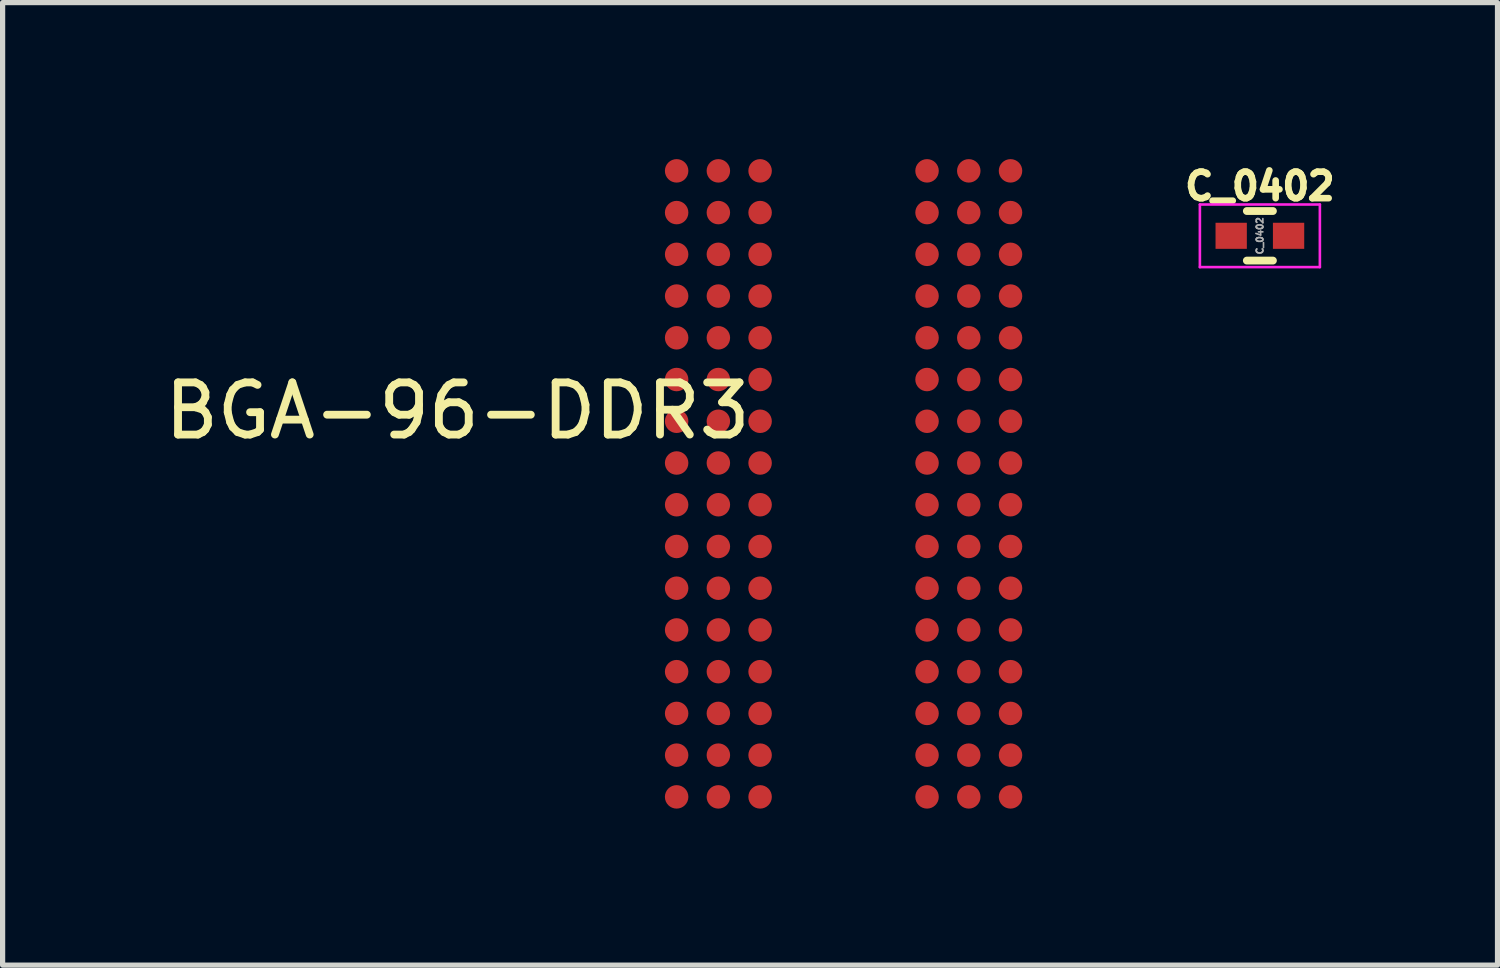
<source format=kicad_pcb>
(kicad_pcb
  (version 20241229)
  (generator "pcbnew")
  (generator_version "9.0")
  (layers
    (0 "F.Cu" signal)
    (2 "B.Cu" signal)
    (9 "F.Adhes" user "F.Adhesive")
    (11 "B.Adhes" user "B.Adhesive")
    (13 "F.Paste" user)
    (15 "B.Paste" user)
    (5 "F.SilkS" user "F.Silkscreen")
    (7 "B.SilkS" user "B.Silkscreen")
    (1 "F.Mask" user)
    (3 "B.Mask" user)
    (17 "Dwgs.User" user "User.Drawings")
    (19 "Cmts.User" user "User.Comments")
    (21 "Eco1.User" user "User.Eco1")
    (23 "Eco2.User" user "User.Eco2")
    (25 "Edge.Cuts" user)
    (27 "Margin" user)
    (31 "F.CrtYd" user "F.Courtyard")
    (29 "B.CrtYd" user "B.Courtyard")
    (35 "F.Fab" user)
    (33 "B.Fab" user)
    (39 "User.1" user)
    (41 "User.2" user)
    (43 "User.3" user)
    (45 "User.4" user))
  (footprint "C_0402"
    (layer "F.Cu")
    (at 21.1 1.47)
    (property "Reference" "C_0402" (at 0 -0.95 0) (layer "F.SilkS") (effects (font (size 0.508 0.508) (thickness 0.127))))
    (attr smd)
    (fp_line (start -0.25 0.475) (end 0.25 0.475) (stroke (width 0.15) (type solid)) (layer "F.SilkS"))
    (fp_line (start 0.25 -0.475) (end -0.25 -0.475) (stroke (width 0.15) (type solid)) (layer "F.SilkS"))
    (fp_line (start -1.15 -0.6) (end -1.15 0.6) (stroke (width 0.05) (type solid)) (layer "F.CrtYd"))
    (fp_line (start -1.15 -0.6) (end 1.15 -0.6) (stroke (width 0.05) (type solid)) (layer "F.CrtYd"))
    (fp_line (start -1.15 0.6) (end 1.15 0.6) (stroke (width 0.05) (type solid)) (layer "F.CrtYd"))
    (fp_line (start 1.15 -0.6) (end 1.15 0.6) (stroke (width 0.05) (type solid)) (layer "F.CrtYd"))
    (fp_text user "${REFERENCE}" (at 0 0 90) (layer "F.Fab") (effects (font (size 0.127 0.127) (thickness 0.032))))
    (pad "1" smd rect (at -0.55 0) (size 0.6 0.5) (layers "F.Cu" "F.Mask" "F.Paste"))
    (pad "2" smd rect (at 0.55 0) (size 0.6 0.5) (layers "F.Cu" "F.Mask" "F.Paste")))
  (footprint "BGA-96-DDR3"
    (layer "F.Cu")
    (at 13.12 6.225)
    (property "Reference" "BGA-96-DDR3" (at -7.4 -1.4 0) (layer "F.SilkS") (effects (font (size 1 1) (thickness 0.15))))
    (attr through_hole)
    (pad "A1" smd circle (at -3.2 -6) (size 0.45 0.45) (layers "F.Cu" "F.Mask" "F.Paste"))
    (pad "A2" smd circle (at -2.4 -6) (size 0.45 0.45) (layers "F.Cu" "F.Mask" "F.Paste"))
    (pad "A3" smd circle (at -1.6 -6) (size 0.45 0.45) (layers "F.Cu" "F.Mask" "F.Paste"))
    (pad "A7" smd circle (at 1.6 -6) (size 0.45 0.45) (layers "F.Cu" "F.Mask" "F.Paste"))
    (pad "A8" smd circle (at 2.4 -6) (size 0.45 0.45) (layers "F.Cu" "F.Mask" "F.Paste"))
    (pad "A9" smd circle (at 3.2 -6) (size 0.45 0.45) (layers "F.Cu" "F.Mask" "F.Paste"))
    (pad "B1" smd circle (at -3.2 -5.2) (size 0.45 0.45) (layers "F.Cu" "F.Mask" "F.Paste"))
    (pad "B2" smd circle (at -2.4 -5.2) (size 0.45 0.45) (layers "F.Cu" "F.Mask" "F.Paste"))
    (pad "B3" smd circle (at -1.6 -5.2) (size 0.45 0.45) (layers "F.Cu" "F.Mask" "F.Paste"))
    (pad "B7" smd circle (at 1.6 -5.2) (size 0.45 0.45) (layers "F.Cu" "F.Mask" "F.Paste"))
    (pad "B8" smd circle (at 2.4 -5.2) (size 0.45 0.45) (layers "F.Cu" "F.Mask" "F.Paste"))
    (pad "B9" smd circle (at 3.2 -5.2) (size 0.45 0.45) (layers "F.Cu" "F.Mask" "F.Paste"))
    (pad "C1" smd circle (at -3.2 -4.4) (size 0.45 0.45) (layers "F.Cu" "F.Mask" "F.Paste"))
    (pad "C2" smd circle (at -2.4 -4.4) (size 0.45 0.45) (layers "F.Cu" "F.Mask" "F.Paste"))
    (pad "C3" smd circle (at -1.6 -4.4) (size 0.45 0.45) (layers "F.Cu" "F.Mask" "F.Paste"))
    (pad "C7" smd circle (at 1.6 -4.4) (size 0.45 0.45) (layers "F.Cu" "F.Mask" "F.Paste"))
    (pad "C8" smd circle (at 2.4 -4.4) (size 0.45 0.45) (layers "F.Cu" "F.Mask" "F.Paste"))
    (pad "C9" smd circle (at 3.2 -4.4) (size 0.45 0.45) (layers "F.Cu" "F.Mask" "F.Paste"))
    (pad "D1" smd circle (at -3.2 -3.6) (size 0.45 0.45) (layers "F.Cu" "F.Mask" "F.Paste"))
    (pad "D2" smd circle (at -2.4 -3.6) (size 0.45 0.45) (layers "F.Cu" "F.Mask" "F.Paste"))
    (pad "D3" smd circle (at -1.6 -3.6) (size 0.45 0.45) (layers "F.Cu" "F.Mask" "F.Paste"))
    (pad "D7" smd circle (at 1.6 -3.6) (size 0.45 0.45) (layers "F.Cu" "F.Mask" "F.Paste"))
    (pad "D8" smd circle (at 2.4 -3.6) (size 0.45 0.45) (layers "F.Cu" "F.Mask" "F.Paste"))
    (pad "D9" smd circle (at 3.2 -3.6) (size 0.45 0.45) (layers "F.Cu" "F.Mask" "F.Paste"))
    (pad "E1" smd circle (at -3.2 -2.8) (size 0.45 0.45) (layers "F.Cu" "F.Mask" "F.Paste"))
    (pad "E2" smd circle (at -2.4 -2.8) (size 0.45 0.45) (layers "F.Cu" "F.Mask" "F.Paste"))
    (pad "E3" smd circle (at -1.6 -2.8) (size 0.45 0.45) (layers "F.Cu" "F.Mask" "F.Paste"))
    (pad "E7" smd circle (at 1.6 -2.8) (size 0.45 0.45) (layers "F.Cu" "F.Mask" "F.Paste"))
    (pad "E8" smd circle (at 2.4 -2.8) (size 0.45 0.45) (layers "F.Cu" "F.Mask" "F.Paste"))
    (pad "E9" smd circle (at 3.2 -2.8) (size 0.45 0.45) (layers "F.Cu" "F.Mask" "F.Paste"))
    (pad "F1" smd circle (at -3.2 -2) (size 0.45 0.45) (layers "F.Cu" "F.Mask" "F.Paste"))
    (pad "F2" smd circle (at -2.4 -2) (size 0.45 0.45) (layers "F.Cu" "F.Mask" "F.Paste"))
    (pad "F3" smd circle (at -1.6 -2) (size 0.45 0.45) (layers "F.Cu" "F.Mask" "F.Paste"))
    (pad "F7" smd circle (at 1.6 -2) (size 0.45 0.45) (layers "F.Cu" "F.Mask" "F.Paste"))
    (pad "F8" smd circle (at 2.4 -2) (size 0.45 0.45) (layers "F.Cu" "F.Mask" "F.Paste"))
    (pad "F9" smd circle (at 3.2 -2) (size 0.45 0.45) (layers "F.Cu" "F.Mask" "F.Paste"))
    (pad "G1" smd circle (at -3.2 -1.2) (size 0.45 0.45) (layers "F.Cu" "F.Mask" "F.Paste"))
    (pad "G2" smd circle (at -2.4 -1.2) (size 0.45 0.45) (layers "F.Cu" "F.Mask" "F.Paste"))
    (pad "G3" smd circle (at -1.6 -1.2) (size 0.45 0.45) (layers "F.Cu" "F.Mask" "F.Paste"))
    (pad "G7" smd circle (at 1.6 -1.2) (size 0.45 0.45) (layers "F.Cu" "F.Mask" "F.Paste"))
    (pad "G8" smd circle (at 2.4 -1.2) (size 0.45 0.45) (layers "F.Cu" "F.Mask" "F.Paste"))
    (pad "G9" smd circle (at 3.2 -1.2) (size 0.45 0.45) (layers "F.Cu" "F.Mask" "F.Paste"))
    (pad "H1" smd circle (at -3.2 -0.4) (size 0.45 0.45) (layers "F.Cu" "F.Mask" "F.Paste"))
    (pad "H2" smd circle (at -2.4 -0.4) (size 0.45 0.45) (layers "F.Cu" "F.Mask" "F.Paste"))
    (pad "H3" smd circle (at -1.6 -0.4) (size 0.45 0.45) (layers "F.Cu" "F.Mask" "F.Paste"))
    (pad "H7" smd circle (at 1.6 -0.4) (size 0.45 0.45) (layers "F.Cu" "F.Mask" "F.Paste"))
    (pad "H8" smd circle (at 2.4 -0.4) (size 0.45 0.45) (layers "F.Cu" "F.Mask" "F.Paste"))
    (pad "H9" smd circle (at 3.2 -0.4) (size 0.45 0.45) (layers "F.Cu" "F.Mask" "F.Paste"))
    (pad "J1" smd circle (at -3.2 0.4) (size 0.45 0.45) (layers "F.Cu" "F.Mask" "F.Paste"))
    (pad "J2" smd circle (at -2.4 0.4) (size 0.45 0.45) (layers "F.Cu" "F.Mask" "F.Paste"))
    (pad "J3" smd circle (at -1.6 0.4) (size 0.45 0.45) (layers "F.Cu" "F.Mask" "F.Paste"))
    (pad "J7" smd circle (at 1.6 0.4) (size 0.45 0.45) (layers "F.Cu" "F.Mask" "F.Paste"))
    (pad "J8" smd circle (at 2.4 0.4) (size 0.45 0.45) (layers "F.Cu" "F.Mask" "F.Paste"))
    (pad "J9" smd circle (at 3.2 0.4) (size 0.45 0.45) (layers "F.Cu" "F.Mask" "F.Paste"))
    (pad "K1" smd circle (at -3.2 1.2) (size 0.45 0.45) (layers "F.Cu" "F.Mask" "F.Paste"))
    (pad "K2" smd circle (at -2.4 1.2) (size 0.45 0.45) (layers "F.Cu" "F.Mask" "F.Paste"))
    (pad "K3" smd circle (at -1.6 1.2) (size 0.45 0.45) (layers "F.Cu" "F.Mask" "F.Paste"))
    (pad "K7" smd circle (at 1.6 1.2) (size 0.45 0.45) (layers "F.Cu" "F.Mask" "F.Paste"))
    (pad "K8" smd circle (at 2.4 1.2) (size 0.45 0.45) (layers "F.Cu" "F.Mask" "F.Paste"))
    (pad "K9" smd circle (at 3.2 1.2) (size 0.45 0.45) (layers "F.Cu" "F.Mask" "F.Paste"))
    (pad "L1" smd circle (at -3.2 2) (size 0.45 0.45) (layers "F.Cu" "F.Mask" "F.Paste"))
    (pad "L2" smd circle (at -2.4 2) (size 0.45 0.45) (layers "F.Cu" "F.Mask" "F.Paste"))
    (pad "L3" smd circle (at -1.6 2) (size 0.45 0.45) (layers "F.Cu" "F.Mask" "F.Paste"))
    (pad "L7" smd circle (at 1.6 2) (size 0.45 0.45) (layers "F.Cu" "F.Mask" "F.Paste"))
    (pad "L8" smd circle (at 2.4 2) (size 0.45 0.45) (layers "F.Cu" "F.Mask" "F.Paste"))
    (pad "L9" smd circle (at 3.2 2) (size 0.45 0.45) (layers "F.Cu" "F.Mask" "F.Paste"))
    (pad "M1" smd circle (at -3.2 2.8) (size 0.45 0.45) (layers "F.Cu" "F.Mask" "F.Paste"))
    (pad "M2" smd circle (at -2.4 2.8) (size 0.45 0.45) (layers "F.Cu" "F.Mask" "F.Paste"))
    (pad "M3" smd circle (at -1.6 2.8) (size 0.45 0.45) (layers "F.Cu" "F.Mask" "F.Paste"))
    (pad "M7" smd circle (at 1.6 2.8) (size 0.45 0.45) (layers "F.Cu" "F.Mask" "F.Paste"))
    (pad "M8" smd circle (at 2.4 2.8) (size 0.45 0.45) (layers "F.Cu" "F.Mask" "F.Paste"))
    (pad "M9" smd circle (at 3.2 2.8) (size 0.45 0.45) (layers "F.Cu" "F.Mask" "F.Paste"))
    (pad "N1" smd circle (at -3.2 3.6) (size 0.45 0.45) (layers "F.Cu" "F.Mask" "F.Paste"))
    (pad "N2" smd circle (at -2.4 3.6) (size 0.45 0.45) (layers "F.Cu" "F.Mask" "F.Paste"))
    (pad "N3" smd circle (at -1.6 3.6) (size 0.45 0.45) (layers "F.Cu" "F.Mask" "F.Paste"))
    (pad "N7" smd circle (at 1.6 3.6) (size 0.45 0.45) (layers "F.Cu" "F.Mask" "F.Paste"))
    (pad "N8" smd circle (at 2.4 3.6) (size 0.45 0.45) (layers "F.Cu" "F.Mask" "F.Paste"))
    (pad "N9" smd circle (at 3.2 3.6) (size 0.45 0.45) (layers "F.Cu" "F.Mask" "F.Paste"))
    (pad "P1" smd circle (at -3.2 4.4) (size 0.45 0.45) (layers "F.Cu" "F.Mask" "F.Paste"))
    (pad "P2" smd circle (at -2.4 4.4) (size 0.45 0.45) (layers "F.Cu" "F.Mask" "F.Paste"))
    (pad "P3" smd circle (at -1.6 4.4) (size 0.45 0.45) (layers "F.Cu" "F.Mask" "F.Paste"))
    (pad "P7" smd circle (at 1.6 4.4) (size 0.45 0.45) (layers "F.Cu" "F.Mask" "F.Paste"))
    (pad "P8" smd circle (at 2.4 4.4) (size 0.45 0.45) (layers "F.Cu" "F.Mask" "F.Paste"))
    (pad "P9" smd circle (at 3.2 4.4) (size 0.45 0.45) (layers "F.Cu" "F.Mask" "F.Paste"))
    (pad "R1" smd circle (at -3.2 5.2) (size 0.45 0.45) (layers "F.Cu" "F.Mask" "F.Paste"))
    (pad "R2" smd circle (at -2.4 5.2) (size 0.45 0.45) (layers "F.Cu" "F.Mask" "F.Paste"))
    (pad "R3" smd circle (at -1.6 5.2) (size 0.45 0.45) (layers "F.Cu" "F.Mask" "F.Paste"))
    (pad "R7" smd circle (at 1.6 5.2) (size 0.45 0.45) (layers "F.Cu" "F.Mask" "F.Paste"))
    (pad "R8" smd circle (at 2.4 5.2) (size 0.45 0.45) (layers "F.Cu" "F.Mask" "F.Paste"))
    (pad "R9" smd circle (at 3.2 5.2) (size 0.45 0.45) (layers "F.Cu" "F.Mask" "F.Paste"))
    (pad "T1" smd circle (at -3.2 6) (size 0.45 0.45) (layers "F.Cu" "F.Mask" "F.Paste"))
    (pad "T2" smd circle (at -2.4 6) (size 0.45 0.45) (layers "F.Cu" "F.Mask" "F.Paste"))
    (pad "T3" smd circle (at -1.6 6) (size 0.45 0.45) (layers "F.Cu" "F.Mask" "F.Paste"))
    (pad "T7" smd circle (at 1.6 6) (size 0.45 0.45) (layers "F.Cu" "F.Mask" "F.Paste"))
    (pad "T8" smd circle (at 2.4 6) (size 0.45 0.45) (layers "F.Cu" "F.Mask" "F.Paste"))
    (pad "T9" smd circle (at 3.2 6) (size 0.45 0.45) (layers "F.Cu" "F.Mask" "F.Paste")))
  (gr_rect
    (start -3 -3)
    (end 25.655 15.45)
    (stroke (width 0.1) (type default))
    (fill no)
    (layer "Edge.Cuts")))
</source>
